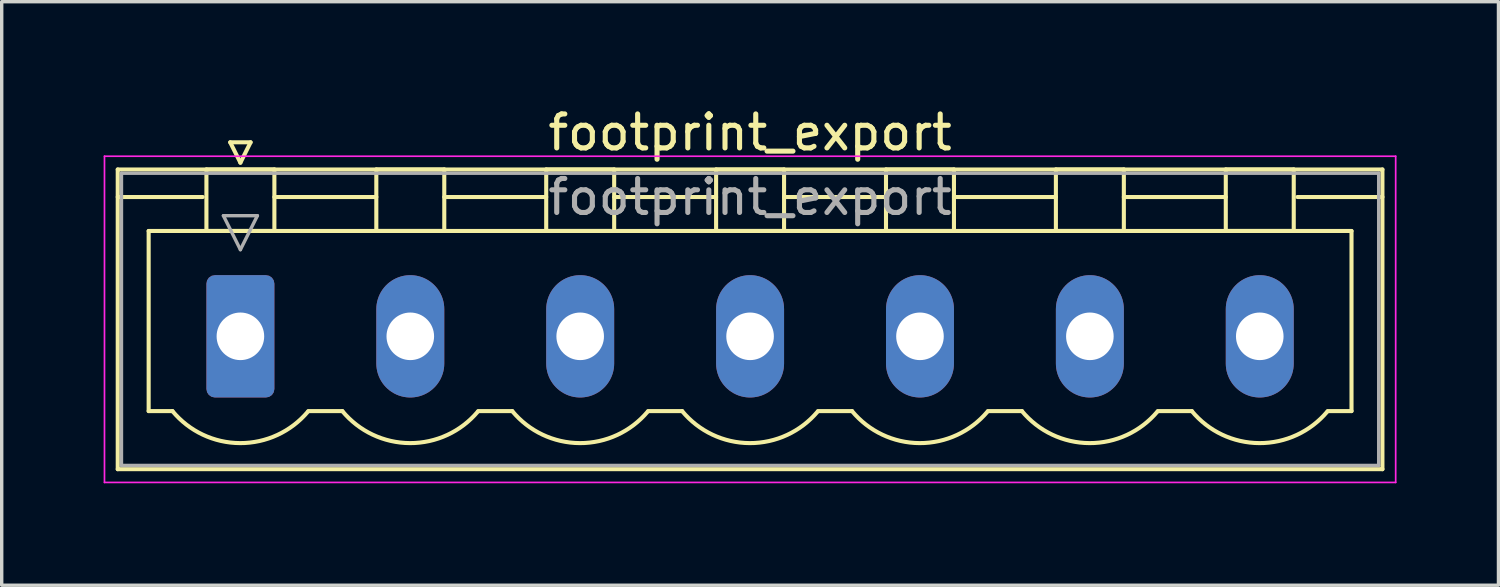
<source format=kicad_pcb>
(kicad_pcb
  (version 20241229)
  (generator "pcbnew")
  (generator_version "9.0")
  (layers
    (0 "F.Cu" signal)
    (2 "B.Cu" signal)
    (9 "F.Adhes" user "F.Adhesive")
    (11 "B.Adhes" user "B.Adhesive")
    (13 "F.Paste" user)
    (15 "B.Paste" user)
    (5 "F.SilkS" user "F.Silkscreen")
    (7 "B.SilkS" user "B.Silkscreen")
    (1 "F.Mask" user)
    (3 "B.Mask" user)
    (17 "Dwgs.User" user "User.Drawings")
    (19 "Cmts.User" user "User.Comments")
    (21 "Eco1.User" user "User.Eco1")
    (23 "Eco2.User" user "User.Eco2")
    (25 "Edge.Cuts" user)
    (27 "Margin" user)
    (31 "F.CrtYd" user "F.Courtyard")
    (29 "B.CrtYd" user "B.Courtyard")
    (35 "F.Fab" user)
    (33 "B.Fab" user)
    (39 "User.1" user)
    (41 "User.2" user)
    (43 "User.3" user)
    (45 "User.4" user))
  (footprint "footprint_export"
    (layer "F.Cu")
    (at 4.025 6.848)
    (property "Reference" "footprint_export" (at 15 -6 0) (layer "F.SilkS") (effects (font (size 1 1) (thickness 0.15))))
    (attr through_hole)
    (fp_line (start -3.61 -4.91) (end -3.61 3.91) (stroke (width 0.12) (type solid)) (layer "F.SilkS"))
    (fp_line (start -3.61 -4.1) (end -1.11 -4.1) (stroke (width 0.12) (type solid)) (layer "F.SilkS"))
    (fp_line (start -3.61 3.91) (end 33.61 3.91) (stroke (width 0.12) (type solid)) (layer "F.SilkS"))
    (fp_line (start -2.7 -3.1) (end 32.7 -3.1) (stroke (width 0.12) (type solid)) (layer "F.SilkS"))
    (fp_line (start -2.7 2.2) (end -2.7 -3.1) (stroke (width 0.12) (type solid)) (layer "F.SilkS"))
    (fp_line (start -2 2.2) (end -2.7 2.2) (stroke (width 0.12) (type solid)) (layer "F.SilkS"))
    (fp_line (start -1 -4.91) (end 1 -4.91) (stroke (width 0.12) (type solid)) (layer "F.SilkS"))
    (fp_line (start -1 -3.1) (end -1 -4.91) (stroke (width 0.12) (type solid)) (layer "F.SilkS"))
    (fp_line (start -0.3 -5.71) (end 0.3 -5.71) (stroke (width 0.12) (type solid)) (layer "F.SilkS"))
    (fp_line (start 0 -5.11) (end -0.3 -5.71) (stroke (width 0.12) (type solid)) (layer "F.SilkS"))
    (fp_line (start 0.3 -5.71) (end 0 -5.11) (stroke (width 0.12) (type solid)) (layer "F.SilkS"))
    (fp_line (start 1 -4.91) (end 1 -3.1) (stroke (width 0.12) (type solid)) (layer "F.SilkS"))
    (fp_line (start 1 -4.1) (end 4 -4.1) (stroke (width 0.12) (type solid)) (layer "F.SilkS"))
    (fp_line (start 1 -3.1) (end -1 -3.1) (stroke (width 0.12) (type solid)) (layer "F.SilkS"))
    (fp_line (start 2 2.2) (end 3 2.2) (stroke (width 0.12) (type solid)) (layer "F.SilkS"))
    (fp_line (start 4 -4.91) (end 6 -4.91) (stroke (width 0.12) (type solid)) (layer "F.SilkS"))
    (fp_line (start 4 -3.1) (end 4 -4.91) (stroke (width 0.12) (type solid)) (layer "F.SilkS"))
    (fp_line (start 6 -4.91) (end 6 -3.1) (stroke (width 0.12) (type solid)) (layer "F.SilkS"))
    (fp_line (start 6 -4.1) (end 9 -4.1) (stroke (width 0.12) (type solid)) (layer "F.SilkS"))
    (fp_line (start 6 -3.1) (end 4 -3.1) (stroke (width 0.12) (type solid)) (layer "F.SilkS"))
    (fp_line (start 7 2.2) (end 8 2.2) (stroke (width 0.12) (type solid)) (layer "F.SilkS"))
    (fp_line (start 9 -4.91) (end 11 -4.91) (stroke (width 0.12) (type solid)) (layer "F.SilkS"))
    (fp_line (start 9 -3.1) (end 9 -4.91) (stroke (width 0.12) (type solid)) (layer "F.SilkS"))
    (fp_line (start 11 -4.91) (end 11 -3.1) (stroke (width 0.12) (type solid)) (layer "F.SilkS"))
    (fp_line (start 11 -4.1) (end 14 -4.1) (stroke (width 0.12) (type solid)) (layer "F.SilkS"))
    (fp_line (start 11 -3.1) (end 9 -3.1) (stroke (width 0.12) (type solid)) (layer "F.SilkS"))
    (fp_line (start 12 2.2) (end 13 2.2) (stroke (width 0.12) (type solid)) (layer "F.SilkS"))
    (fp_line (start 14 -4.91) (end 16 -4.91) (stroke (width 0.12) (type solid)) (layer "F.SilkS"))
    (fp_line (start 14 -3.1) (end 14 -4.91) (stroke (width 0.12) (type solid)) (layer "F.SilkS"))
    (fp_line (start 16 -4.91) (end 16 -3.1) (stroke (width 0.12) (type solid)) (layer "F.SilkS"))
    (fp_line (start 16 -4.1) (end 19 -4.1) (stroke (width 0.12) (type solid)) (layer "F.SilkS"))
    (fp_line (start 16 -3.1) (end 14 -3.1) (stroke (width 0.12) (type solid)) (layer "F.SilkS"))
    (fp_line (start 17 2.2) (end 18 2.2) (stroke (width 0.12) (type solid)) (layer "F.SilkS"))
    (fp_line (start 19 -4.91) (end 21 -4.91) (stroke (width 0.12) (type solid)) (layer "F.SilkS"))
    (fp_line (start 19 -3.1) (end 19 -4.91) (stroke (width 0.12) (type solid)) (layer "F.SilkS"))
    (fp_line (start 21 -4.91) (end 21 -3.1) (stroke (width 0.12) (type solid)) (layer "F.SilkS"))
    (fp_line (start 21 -4.1) (end 24 -4.1) (stroke (width 0.12) (type solid)) (layer "F.SilkS"))
    (fp_line (start 21 -3.1) (end 19 -3.1) (stroke (width 0.12) (type solid)) (layer "F.SilkS"))
    (fp_line (start 22 2.2) (end 23 2.2) (stroke (width 0.12) (type solid)) (layer "F.SilkS"))
    (fp_line (start 24 -4.91) (end 26 -4.91) (stroke (width 0.12) (type solid)) (layer "F.SilkS"))
    (fp_line (start 24 -3.1) (end 24 -4.91) (stroke (width 0.12) (type solid)) (layer "F.SilkS"))
    (fp_line (start 26 -4.91) (end 26 -3.1) (stroke (width 0.12) (type solid)) (layer "F.SilkS"))
    (fp_line (start 26 -4.1) (end 29 -4.1) (stroke (width 0.12) (type solid)) (layer "F.SilkS"))
    (fp_line (start 26 -3.1) (end 24 -3.1) (stroke (width 0.12) (type solid)) (layer "F.SilkS"))
    (fp_line (start 27 2.2) (end 28 2.2) (stroke (width 0.12) (type solid)) (layer "F.SilkS"))
    (fp_line (start 29 -4.91) (end 31 -4.91) (stroke (width 0.12) (type solid)) (layer "F.SilkS"))
    (fp_line (start 29 -3.1) (end 29 -4.91) (stroke (width 0.12) (type solid)) (layer "F.SilkS"))
    (fp_line (start 31 -4.91) (end 31 -3.1) (stroke (width 0.12) (type solid)) (layer "F.SilkS"))
    (fp_line (start 31 -3.1) (end 29 -3.1) (stroke (width 0.12) (type solid)) (layer "F.SilkS"))
    (fp_line (start 32.7 -3.1) (end 32.7 2.2) (stroke (width 0.12) (type solid)) (layer "F.SilkS"))
    (fp_line (start 32.7 2.2) (end 32 2.2) (stroke (width 0.12) (type solid)) (layer "F.SilkS"))
    (fp_line (start 33.61 -4.91) (end -3.61 -4.91) (stroke (width 0.12) (type solid)) (layer "F.SilkS"))
    (fp_line (start 33.61 -4.1) (end 31.11 -4.1) (stroke (width 0.12) (type solid)) (layer "F.SilkS"))
    (fp_line (start 33.61 3.91) (end 33.61 -4.91) (stroke (width 0.12) (type solid)) (layer "F.SilkS"))
    (fp_arc (start 1.986842 2.215821) (mid -0.010289 3.142758) (end -2 2.2) (stroke (width 0.12) (type solid)) (layer "F.SilkS"))
    (fp_arc (start 6.986842 2.215821) (mid 4.989711 3.142758) (end 3 2.2) (stroke (width 0.12) (type solid)) (layer "F.SilkS"))
    (fp_arc (start 11.986842 2.215821) (mid 9.989711 3.142758) (end 8 2.2) (stroke (width 0.12) (type solid)) (layer "F.SilkS"))
    (fp_arc (start 16.986842 2.215821) (mid 14.989711 3.142758) (end 13 2.2) (stroke (width 0.12) (type solid)) (layer "F.SilkS"))
    (fp_arc (start 21.986842 2.215821) (mid 19.989711 3.142758) (end 18 2.2) (stroke (width 0.12) (type solid)) (layer "F.SilkS"))
    (fp_arc (start 26.986842 2.215821) (mid 24.989711 3.142758) (end 23 2.2) (stroke (width 0.12) (type solid)) (layer "F.SilkS"))
    (fp_arc (start 31.986842 2.215821) (mid 29.989711 3.142758) (end 28 2.2) (stroke (width 0.12) (type solid)) (layer "F.SilkS"))
    (fp_line (start -4 -5.3) (end -4 4.3) (stroke (width 0.05) (type solid)) (layer "F.CrtYd"))
    (fp_line (start -4 4.3) (end 34 4.3) (stroke (width 0.05) (type solid)) (layer "F.CrtYd"))
    (fp_line (start 34 -5.3) (end -4 -5.3) (stroke (width 0.05) (type solid)) (layer "F.CrtYd"))
    (fp_line (start 34 4.3) (end 34 -5.3) (stroke (width 0.05) (type solid)) (layer "F.CrtYd"))
    (fp_line (start -3.5 -4.8) (end -3.5 3.8) (stroke (width 0.1) (type solid)) (layer "F.Fab"))
    (fp_line (start -3.5 3.8) (end 33.5 3.8) (stroke (width 0.1) (type solid)) (layer "F.Fab"))
    (fp_line (start -0.5 -3.55) (end 0.5 -3.55) (stroke (width 0.1) (type solid)) (layer "F.Fab"))
    (fp_line (start 0 -2.55) (end -0.5 -3.55) (stroke (width 0.1) (type solid)) (layer "F.Fab"))
    (fp_line (start 0.5 -3.55) (end 0 -2.55) (stroke (width 0.1) (type solid)) (layer "F.Fab"))
    (fp_line (start 33.5 -4.8) (end -3.5 -4.8) (stroke (width 0.1) (type solid)) (layer "F.Fab"))
    (fp_line (start 33.5 3.8) (end 33.5 -4.8) (stroke (width 0.1) (type solid)) (layer "F.Fab"))
    (fp_text user "${REFERENCE}" (at 15 -4.1 0) (layer "F.Fab") (effects (font (size 1 1) (thickness 0.15))))
    (pad "1" thru_hole roundrect (at 0 0) (size 2 3.6) (drill 1.4) (layers "*.Cu" "*.Mask") (roundrect_rratio 0.125))
    (pad "2" thru_hole oval (at 5 0) (size 2 3.6) (drill 1.4) (layers "*.Cu" "*.Mask"))
    (pad "3" thru_hole oval (at 10 0) (size 2 3.6) (drill 1.4) (layers "*.Cu" "*.Mask"))
    (pad "4" thru_hole oval (at 15 0) (size 2 3.6) (drill 1.4) (layers "*.Cu" "*.Mask"))
    (pad "5" thru_hole oval (at 20 0) (size 2 3.6) (drill 1.4) (layers "*.Cu" "*.Mask"))
    (pad "6" thru_hole oval (at 25 0) (size 2 3.6) (drill 1.4) (layers "*.Cu" "*.Mask"))
    (pad "7" thru_hole oval (at 30 0) (size 2 3.6) (drill 1.4) (layers "*.Cu" "*.Mask")))
  (gr_rect
    (start -3 -3)
    (end 41.05 14.173)
    (stroke (width 0.1) (type default))
    (fill no)
    (layer "Edge.Cuts")))
</source>
